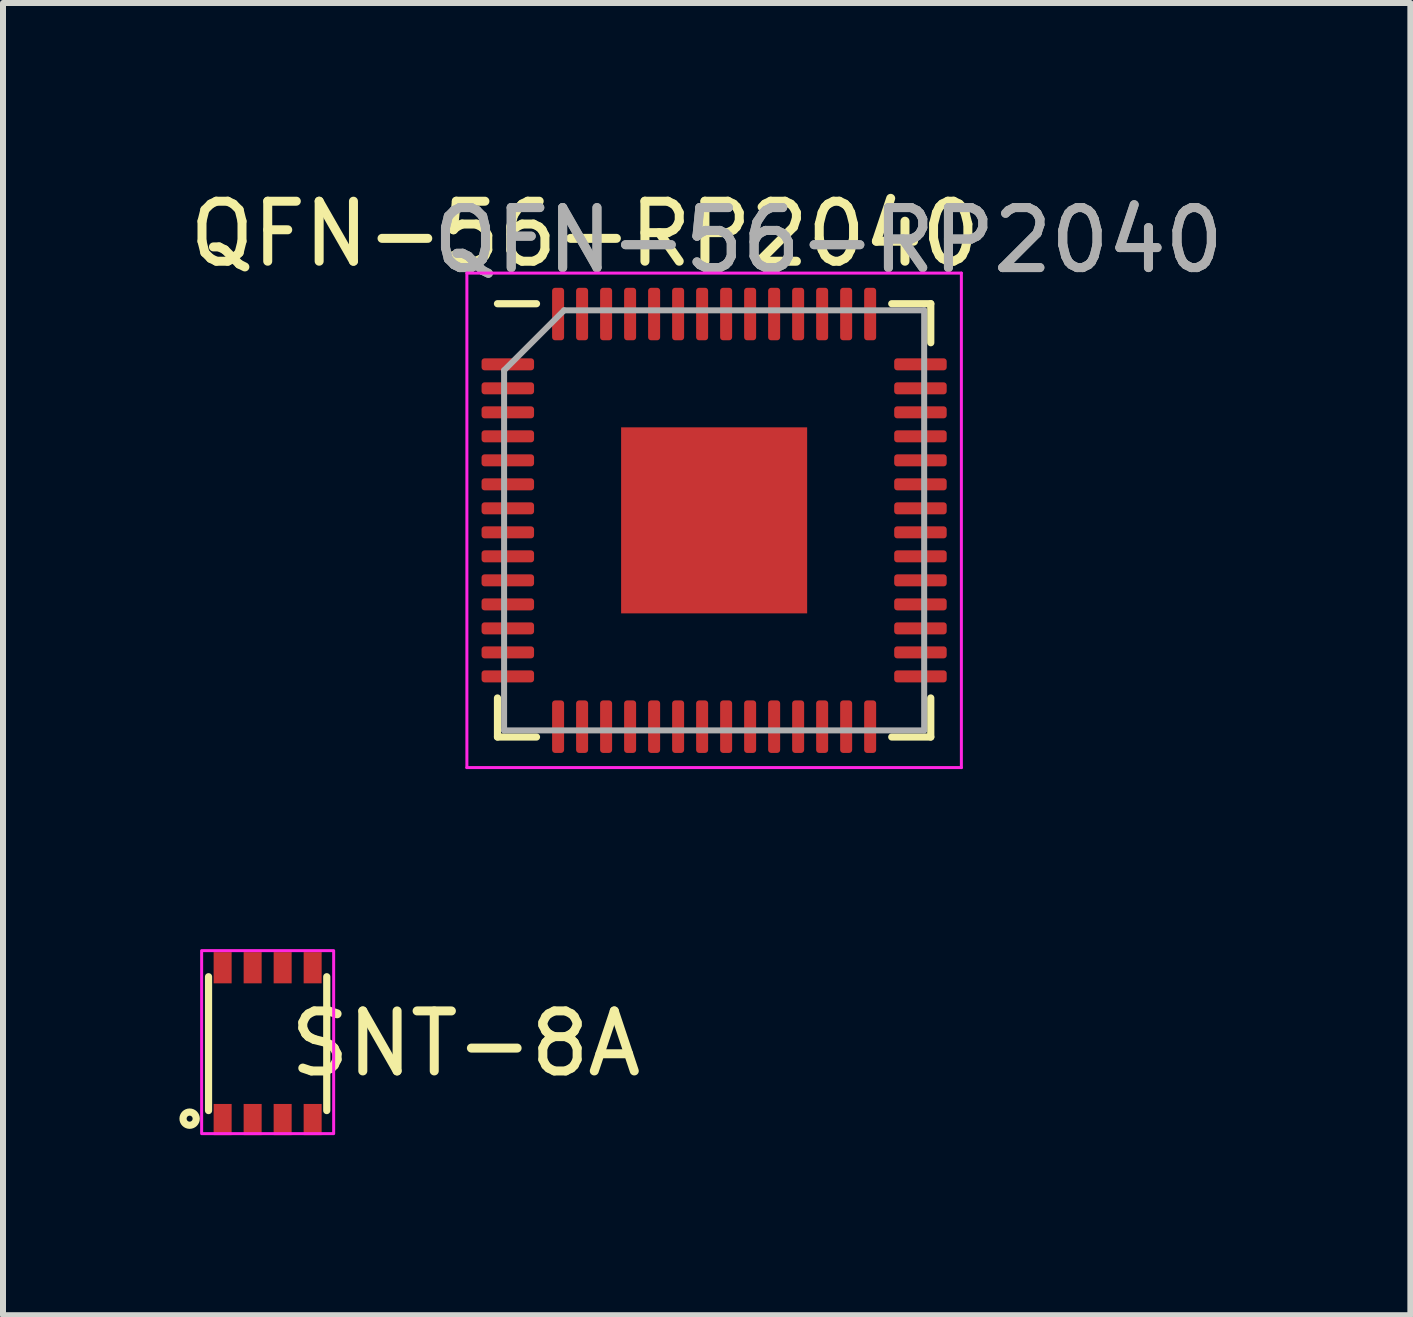
<source format=kicad_pcb>
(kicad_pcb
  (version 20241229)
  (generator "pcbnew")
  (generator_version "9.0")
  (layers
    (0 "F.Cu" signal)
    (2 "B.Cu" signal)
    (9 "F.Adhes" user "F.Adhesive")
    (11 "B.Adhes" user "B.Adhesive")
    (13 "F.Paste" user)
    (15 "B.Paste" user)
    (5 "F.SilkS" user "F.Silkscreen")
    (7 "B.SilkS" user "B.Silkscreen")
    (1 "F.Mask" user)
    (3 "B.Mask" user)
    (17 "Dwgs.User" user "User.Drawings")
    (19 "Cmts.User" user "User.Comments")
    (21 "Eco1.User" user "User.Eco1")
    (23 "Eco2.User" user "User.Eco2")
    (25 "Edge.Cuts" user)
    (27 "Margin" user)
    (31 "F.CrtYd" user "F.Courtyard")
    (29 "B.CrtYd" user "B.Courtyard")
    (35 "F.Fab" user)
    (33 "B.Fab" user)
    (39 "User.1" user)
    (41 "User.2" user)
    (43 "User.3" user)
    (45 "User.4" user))
  (footprint "SNT-8A"
    (layer "F.Cu")
    (at 1.41 14.341)
    (property "Reference" "SNT-8A" (at 3.3 0 0) (unlocked yes) (layer "F.SilkS") (effects (font (size 1 1) (thickness 0.15))))
    (attr smd)
    (fp_line (start -0.985 -1.115) (end -0.985 1.115) (stroke (width 0.12) (type solid)) (layer "F.SilkS"))
    (fp_line (start 0.985 -1.115) (end 0.985 1.115) (stroke (width 0.12) (type solid)) (layer "F.SilkS"))
    (fp_circle (center -1.3 1.25) (end -1.3 1.3) (stroke (width 0.12) (type solid)) (fill no) (layer "F.SilkS"))
    (fp_rect (start -1.1 -1.55) (end 1.1 1.5) (stroke (width 0.05) (type solid)) (fill no) (layer "F.CrtYd"))
    (pad "1" smd rect (at -0.75 1.265) (size 0.3 0.52) (layers "F.Cu" "F.Mask" "F.Paste"))
    (pad "2" smd rect (at -0.25 1.265) (size 0.3 0.52) (layers "F.Cu" "F.Mask" "F.Paste"))
    (pad "3" smd rect (at 0.25 1.265) (size 0.3 0.52) (layers "F.Cu" "F.Mask" "F.Paste"))
    (pad "4" smd rect (at 0.75 1.265) (size 0.3 0.52) (layers "F.Cu" "F.Mask" "F.Paste"))
    (pad "5" smd rect (at 0.75 -1.265) (size 0.3 0.52) (layers "F.Cu" "F.Mask" "F.Paste"))
    (pad "6" smd rect (at 0.25 -1.265) (size 0.3 0.52) (layers "F.Cu" "F.Mask" "F.Paste"))
    (pad "7" smd rect (at -0.25 -1.265) (size 0.3 0.52) (layers "F.Cu" "F.Mask" "F.Paste"))
    (pad "8" smd rect (at -0.75 -1.265) (size 0.3 0.52) (layers "F.Cu" "F.Mask" "F.Paste")))
  (footprint "QFN-56-RP2040"
    (layer "F.Cu")
    (at 4.73 1.501)
    (property "Reference" "QFN-56-RP2040" (at 1.967 -0.653 0) (unlocked yes) (layer "F.SilkS") (effects (font (size 1 1) (thickness 0.15))))
    (attr smd)
    (fp_line (start 0.51 7.73) (end 0.51 7.08) (stroke (width 0.12) (type solid)) (layer "F.SilkS"))
    (fp_line (start 1.16 0.51) (end 0.51 0.51) (stroke (width 0.12) (type solid)) (layer "F.SilkS"))
    (fp_line (start 1.16 7.73) (end 0.51 7.73) (stroke (width 0.12) (type solid)) (layer "F.SilkS"))
    (fp_line (start 7.08 0.51) (end 7.73 0.51) (stroke (width 0.12) (type solid)) (layer "F.SilkS"))
    (fp_line (start 7.08 7.73) (end 7.73 7.73) (stroke (width 0.12) (type solid)) (layer "F.SilkS"))
    (fp_line (start 7.73 0.51) (end 7.73 1.16) (stroke (width 0.12) (type solid)) (layer "F.SilkS"))
    (fp_line (start 7.73 7.73) (end 7.73 7.08) (stroke (width 0.12) (type solid)) (layer "F.SilkS"))
    (fp_line (start 0 0) (end 0 8.24) (stroke (width 0.05) (type solid)) (layer "F.CrtYd"))
    (fp_line (start 0 8.24) (end 8.24 8.24) (stroke (width 0.05) (type solid)) (layer "F.CrtYd"))
    (fp_line (start 8.24 0) (end 0 0) (stroke (width 0.05) (type solid)) (layer "F.CrtYd"))
    (fp_line (start 8.24 8.24) (end 8.24 0) (stroke (width 0.05) (type solid)) (layer "F.CrtYd"))
    (fp_line (start 0.62 1.62) (end 1.62 0.62) (stroke (width 0.1) (type solid)) (layer "F.Fab"))
    (fp_line (start 0.62 7.62) (end 0.62 1.62) (stroke (width 0.1) (type solid)) (layer "F.Fab"))
    (fp_line (start 1.62 0.62) (end 7.62 0.62) (stroke (width 0.1) (type solid)) (layer "F.Fab"))
    (fp_line (start 7.62 0.62) (end 7.62 7.62) (stroke (width 0.1) (type solid)) (layer "F.Fab"))
    (fp_line (start 7.62 7.62) (end 0.62 7.62) (stroke (width 0.1) (type solid)) (layer "F.Fab"))
    (fp_text user "${REFERENCE}" (at 6.024 -0.547 0) (unlocked yes) (layer "F.Fab") (effects (font (size 1 1) (thickness 0.15))))
    (fp_text user "${REFERENCE}" (at 6.025 -0.547 0) (layer "F.Fab") (effects (font (size 1 1) (thickness 0.15))))
    (pad "" smd roundrect (at 3.42 3.42) (size 1.13 1.13) (layers "F.Paste") (roundrect_rratio 0.221))
    (pad "" smd roundrect (at 3.42 4.82) (size 1.13 1.13) (layers "F.Paste") (roundrect_rratio 0.221))
    (pad "" smd roundrect (at 4.82 3.42) (size 1.13 1.13) (layers "F.Paste") (roundrect_rratio 0.221))
    (pad "" smd roundrect (at 4.82 4.82) (size 1.13 1.13) (layers "F.Paste") (roundrect_rratio 0.221))
    (pad "1" smd roundrect (at 0.682 1.52) (size 0.875 0.2) (layers "F.Cu" "F.Mask" "F.Paste") (roundrect_rratio 0.25))
    (pad "2" smd roundrect (at 0.682 1.92) (size 0.875 0.2) (layers "F.Cu" "F.Mask" "F.Paste") (roundrect_rratio 0.25))
    (pad "3" smd roundrect (at 0.682 2.32) (size 0.875 0.2) (layers "F.Cu" "F.Mask" "F.Paste") (roundrect_rratio 0.25))
    (pad "4" smd roundrect (at 0.682 2.72) (size 0.875 0.2) (layers "F.Cu" "F.Mask" "F.Paste") (roundrect_rratio 0.25))
    (pad "5" smd roundrect (at 0.682 3.12) (size 0.875 0.2) (layers "F.Cu" "F.Mask" "F.Paste") (roundrect_rratio 0.25))
    (pad "6" smd roundrect (at 0.682 3.52) (size 0.875 0.2) (layers "F.Cu" "F.Mask" "F.Paste") (roundrect_rratio 0.25))
    (pad "7" smd roundrect (at 0.682 3.92) (size 0.875 0.2) (layers "F.Cu" "F.Mask" "F.Paste") (roundrect_rratio 0.25))
    (pad "8" smd roundrect (at 0.682 4.32) (size 0.875 0.2) (layers "F.Cu" "F.Mask" "F.Paste") (roundrect_rratio 0.25))
    (pad "9" smd roundrect (at 0.682 4.72) (size 0.875 0.2) (layers "F.Cu" "F.Mask" "F.Paste") (roundrect_rratio 0.25))
    (pad "10" smd roundrect (at 0.682 5.12) (size 0.875 0.2) (layers "F.Cu" "F.Mask" "F.Paste") (roundrect_rratio 0.25))
    (pad "11" smd roundrect (at 0.682 5.52) (size 0.875 0.2) (layers "F.Cu" "F.Mask" "F.Paste") (roundrect_rratio 0.25))
    (pad "12" smd roundrect (at 0.682 5.92) (size 0.875 0.2) (layers "F.Cu" "F.Mask" "F.Paste") (roundrect_rratio 0.25))
    (pad "13" smd roundrect (at 0.682 6.32) (size 0.875 0.2) (layers "F.Cu" "F.Mask" "F.Paste") (roundrect_rratio 0.25))
    (pad "14" smd roundrect (at 0.682 6.72) (size 0.875 0.2) (layers "F.Cu" "F.Mask" "F.Paste") (roundrect_rratio 0.25))
    (pad "15" smd roundrect (at 1.52 7.558) (size 0.2 0.875) (layers "F.Cu" "F.Mask" "F.Paste") (roundrect_rratio 0.25))
    (pad "16" smd roundrect (at 1.92 7.558) (size 0.2 0.875) (layers "F.Cu" "F.Mask" "F.Paste") (roundrect_rratio 0.25))
    (pad "17" smd roundrect (at 2.32 7.558) (size 0.2 0.875) (layers "F.Cu" "F.Mask" "F.Paste") (roundrect_rratio 0.25))
    (pad "18" smd roundrect (at 2.72 7.558) (size 0.2 0.875) (layers "F.Cu" "F.Mask" "F.Paste") (roundrect_rratio 0.25))
    (pad "19" smd roundrect (at 3.12 7.558) (size 0.2 0.875) (layers "F.Cu" "F.Mask" "F.Paste") (roundrect_rratio 0.25))
    (pad "20" smd roundrect (at 3.52 7.558) (size 0.2 0.875) (layers "F.Cu" "F.Mask" "F.Paste") (roundrect_rratio 0.25))
    (pad "21" smd roundrect (at 3.92 7.558) (size 0.2 0.875) (layers "F.Cu" "F.Mask" "F.Paste") (roundrect_rratio 0.25))
    (pad "22" smd roundrect (at 4.32 7.558) (size 0.2 0.875) (layers "F.Cu" "F.Mask" "F.Paste") (roundrect_rratio 0.25))
    (pad "23" smd roundrect (at 4.72 7.558) (size 0.2 0.875) (layers "F.Cu" "F.Mask" "F.Paste") (roundrect_rratio 0.25))
    (pad "24" smd roundrect (at 5.12 7.558) (size 0.2 0.875) (layers "F.Cu" "F.Mask" "F.Paste") (roundrect_rratio 0.25))
    (pad "25" smd roundrect (at 5.52 7.558) (size 0.2 0.875) (layers "F.Cu" "F.Mask" "F.Paste") (roundrect_rratio 0.25))
    (pad "26" smd roundrect (at 5.92 7.558) (size 0.2 0.875) (layers "F.Cu" "F.Mask" "F.Paste") (roundrect_rratio 0.25))
    (pad "27" smd roundrect (at 6.32 7.558) (size 0.2 0.875) (layers "F.Cu" "F.Mask" "F.Paste") (roundrect_rratio 0.25))
    (pad "28" smd roundrect (at 6.72 7.558) (size 0.2 0.875) (layers "F.Cu" "F.Mask" "F.Paste") (roundrect_rratio 0.25))
    (pad "29" smd roundrect (at 7.558 6.72) (size 0.875 0.2) (layers "F.Cu" "F.Mask" "F.Paste") (roundrect_rratio 0.25))
    (pad "30" smd roundrect (at 7.558 6.32) (size 0.875 0.2) (layers "F.Cu" "F.Mask" "F.Paste") (roundrect_rratio 0.25))
    (pad "31" smd roundrect (at 7.558 5.92) (size 0.875 0.2) (layers "F.Cu" "F.Mask" "F.Paste") (roundrect_rratio 0.25))
    (pad "32" smd roundrect (at 7.558 5.52) (size 0.875 0.2) (layers "F.Cu" "F.Mask" "F.Paste") (roundrect_rratio 0.25))
    (pad "33" smd roundrect (at 7.558 5.12) (size 0.875 0.2) (layers "F.Cu" "F.Mask" "F.Paste") (roundrect_rratio 0.25))
    (pad "34" smd roundrect (at 7.558 4.72) (size 0.875 0.2) (layers "F.Cu" "F.Mask" "F.Paste") (roundrect_rratio 0.25))
    (pad "35" smd roundrect (at 7.558 4.32) (size 0.875 0.2) (layers "F.Cu" "F.Mask" "F.Paste") (roundrect_rratio 0.25))
    (pad "36" smd roundrect (at 7.558 3.92) (size 0.875 0.2) (layers "F.Cu" "F.Mask" "F.Paste") (roundrect_rratio 0.25))
    (pad "37" smd roundrect (at 7.558 3.52) (size 0.875 0.2) (layers "F.Cu" "F.Mask" "F.Paste") (roundrect_rratio 0.25))
    (pad "38" smd roundrect (at 7.558 3.12) (size 0.875 0.2) (layers "F.Cu" "F.Mask" "F.Paste") (roundrect_rratio 0.25))
    (pad "39" smd roundrect (at 7.558 2.72) (size 0.875 0.2) (layers "F.Cu" "F.Mask" "F.Paste") (roundrect_rratio 0.25))
    (pad "40" smd roundrect (at 7.558 2.32) (size 0.875 0.2) (layers "F.Cu" "F.Mask" "F.Paste") (roundrect_rratio 0.25))
    (pad "41" smd roundrect (at 7.558 1.92) (size 0.875 0.2) (layers "F.Cu" "F.Mask" "F.Paste") (roundrect_rratio 0.25))
    (pad "42" smd roundrect (at 7.558 1.52) (size 0.875 0.2) (layers "F.Cu" "F.Mask" "F.Paste") (roundrect_rratio 0.25))
    (pad "43" smd roundrect (at 6.72 0.682) (size 0.2 0.875) (layers "F.Cu" "F.Mask" "F.Paste") (roundrect_rratio 0.25))
    (pad "44" smd roundrect (at 6.32 0.682) (size 0.2 0.875) (layers "F.Cu" "F.Mask" "F.Paste") (roundrect_rratio 0.25))
    (pad "45" smd roundrect (at 5.92 0.682) (size 0.2 0.875) (layers "F.Cu" "F.Mask" "F.Paste") (roundrect_rratio 0.25))
    (pad "46" smd roundrect (at 5.52 0.682) (size 0.2 0.875) (layers "F.Cu" "F.Mask" "F.Paste") (roundrect_rratio 0.25))
    (pad "47" smd roundrect (at 5.12 0.682) (size 0.2 0.875) (layers "F.Cu" "F.Mask" "F.Paste") (roundrect_rratio 0.25))
    (pad "48" smd roundrect (at 4.72 0.682) (size 0.2 0.875) (layers "F.Cu" "F.Mask" "F.Paste") (roundrect_rratio 0.25))
    (pad "49" smd roundrect (at 4.32 0.682) (size 0.2 0.875) (layers "F.Cu" "F.Mask" "F.Paste") (roundrect_rratio 0.25))
    (pad "50" smd roundrect (at 3.92 0.682) (size 0.2 0.875) (layers "F.Cu" "F.Mask" "F.Paste") (roundrect_rratio 0.25))
    (pad "51" smd roundrect (at 3.52 0.682) (size 0.2 0.875) (layers "F.Cu" "F.Mask" "F.Paste") (roundrect_rratio 0.25))
    (pad "52" smd roundrect (at 3.12 0.682) (size 0.2 0.875) (layers "F.Cu" "F.Mask" "F.Paste") (roundrect_rratio 0.25))
    (pad "53" smd roundrect (at 2.72 0.682) (size 0.2 0.875) (layers "F.Cu" "F.Mask" "F.Paste") (roundrect_rratio 0.25))
    (pad "54" smd roundrect (at 2.32 0.682) (size 0.2 0.875) (layers "F.Cu" "F.Mask" "F.Paste") (roundrect_rratio 0.25))
    (pad "55" smd roundrect (at 1.92 0.682) (size 0.2 0.875) (layers "F.Cu" "F.Mask" "F.Paste") (roundrect_rratio 0.25))
    (pad "56" smd roundrect (at 1.52 0.682) (size 0.2 0.875) (layers "F.Cu" "F.Mask" "F.Paste") (roundrect_rratio 0.25))
    (pad "57" smd rect (at 4.12 4.12) (size 3.1 3.1) (layers "F.Cu" "F.Mask")))
  (gr_rect
    (start -3 -3)
    (end 20.452 18.866)
    (stroke (width 0.1) (type default))
    (fill no)
    (layer "Edge.Cuts")))
</source>
